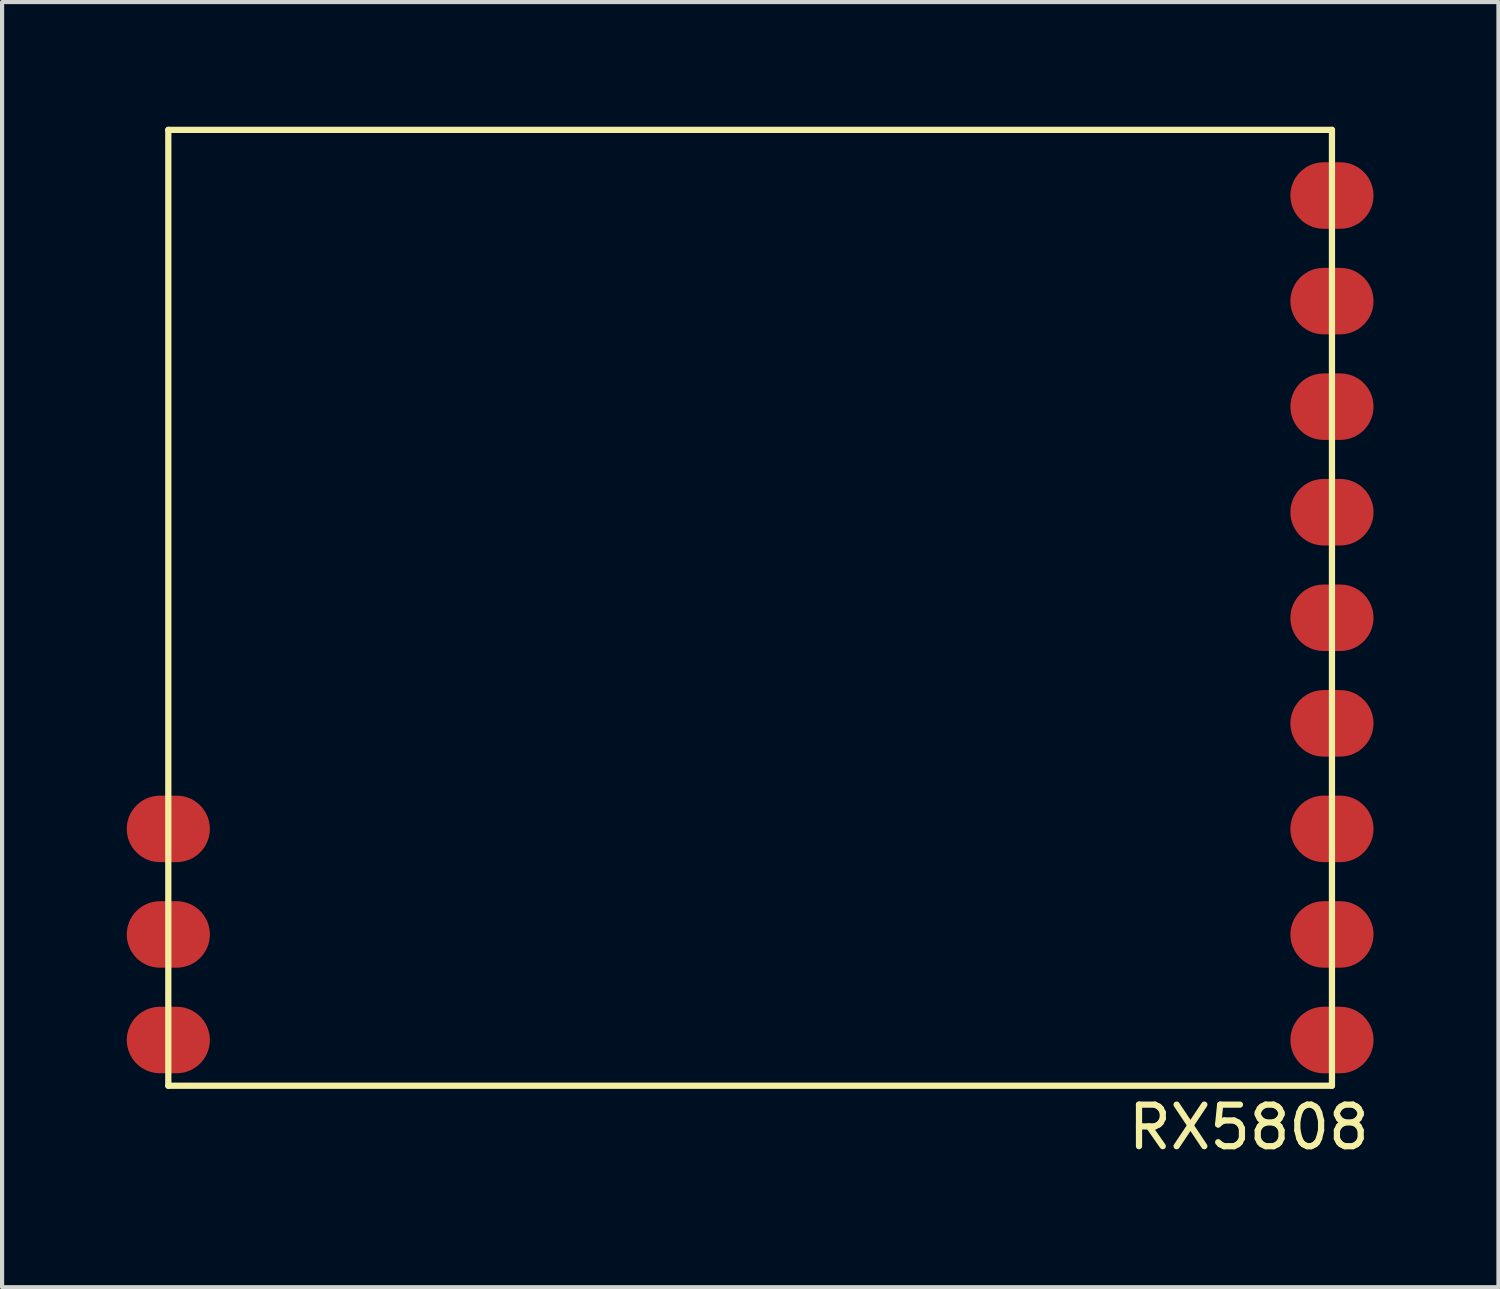
<source format=kicad_pcb>
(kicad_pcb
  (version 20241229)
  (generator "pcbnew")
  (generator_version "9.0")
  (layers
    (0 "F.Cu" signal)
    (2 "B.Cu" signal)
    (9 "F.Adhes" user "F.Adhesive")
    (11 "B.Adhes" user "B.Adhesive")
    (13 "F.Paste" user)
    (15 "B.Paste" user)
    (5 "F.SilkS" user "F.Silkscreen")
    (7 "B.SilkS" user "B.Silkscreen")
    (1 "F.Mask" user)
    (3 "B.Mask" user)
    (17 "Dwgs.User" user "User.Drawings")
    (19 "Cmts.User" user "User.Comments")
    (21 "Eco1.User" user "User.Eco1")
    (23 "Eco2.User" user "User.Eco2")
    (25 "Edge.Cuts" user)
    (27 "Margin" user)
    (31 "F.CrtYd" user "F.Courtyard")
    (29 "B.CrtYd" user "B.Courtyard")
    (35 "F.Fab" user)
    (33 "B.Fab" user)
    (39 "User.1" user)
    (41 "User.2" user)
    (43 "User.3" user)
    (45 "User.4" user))
  (footprint "RX5808"
    (layer "F.Cu")
    (at 1 23.075)
    (property "Reference" "RX5808" (at 26 1 0) (layer "F.SilkS") (effects (font (size 1 1) (thickness 0.15))))
    (attr through_hole)
    (fp_line (start 0 -23) (end 0 0) (stroke (width 0.15) (type solid)) (layer "F.SilkS"))
    (fp_line (start 0 0) (end 28 0) (stroke (width 0.15) (type solid)) (layer "F.SilkS"))
    (fp_line (start 28 -23) (end 0 -23) (stroke (width 0.15) (type solid)) (layer "F.SilkS"))
    (fp_line (start 28 0) (end 28 -23) (stroke (width 0.15) (type solid)) (layer "F.SilkS"))
    (pad "1" smd oval (at 28 -21.42) (size 2 1.6) (layers "F.Cu" "F.Mask" "F.Paste"))
    (pad "2" smd oval (at 28 -18.88) (size 2 1.6) (layers "F.Cu" "F.Mask" "F.Paste"))
    (pad "3" smd oval (at 28 -16.34) (size 2 1.6) (layers "F.Cu" "F.Mask" "F.Paste"))
    (pad "4" smd oval (at 28 -13.8) (size 2 1.6) (layers "F.Cu" "F.Mask" "F.Paste"))
    (pad "5" smd oval (at 28 -11.26) (size 2 1.6) (layers "F.Cu" "F.Mask" "F.Paste"))
    (pad "6" smd oval (at 28 -8.72) (size 2 1.6) (layers "F.Cu" "F.Mask" "F.Paste"))
    (pad "7" smd oval (at 28 -6.18) (size 2 1.6) (layers "F.Cu" "F.Mask" "F.Paste"))
    (pad "8" smd oval (at 28 -3.64) (size 2 1.6) (layers "F.Cu" "F.Mask" "F.Paste"))
    (pad "9" smd oval (at 28 -1.1) (size 2 1.6) (layers "F.Cu" "F.Mask" "F.Paste"))
    (pad "10" smd oval (at 0 -6.18) (size 2 1.6) (layers "F.Cu" "F.Mask" "F.Paste"))
    (pad "11" smd oval (at 0 -3.64) (size 2 1.6) (layers "F.Cu" "F.Mask" "F.Paste"))
    (pad "12" smd oval (at 0 -1.1) (size 2 1.6) (layers "F.Cu" "F.Mask" "F.Paste")))
  (gr_rect
    (start -3 -3)
    (end 33.006 27.923)
    (stroke (width 0.1) (type default))
    (fill no)
    (layer "Edge.Cuts")))
</source>
